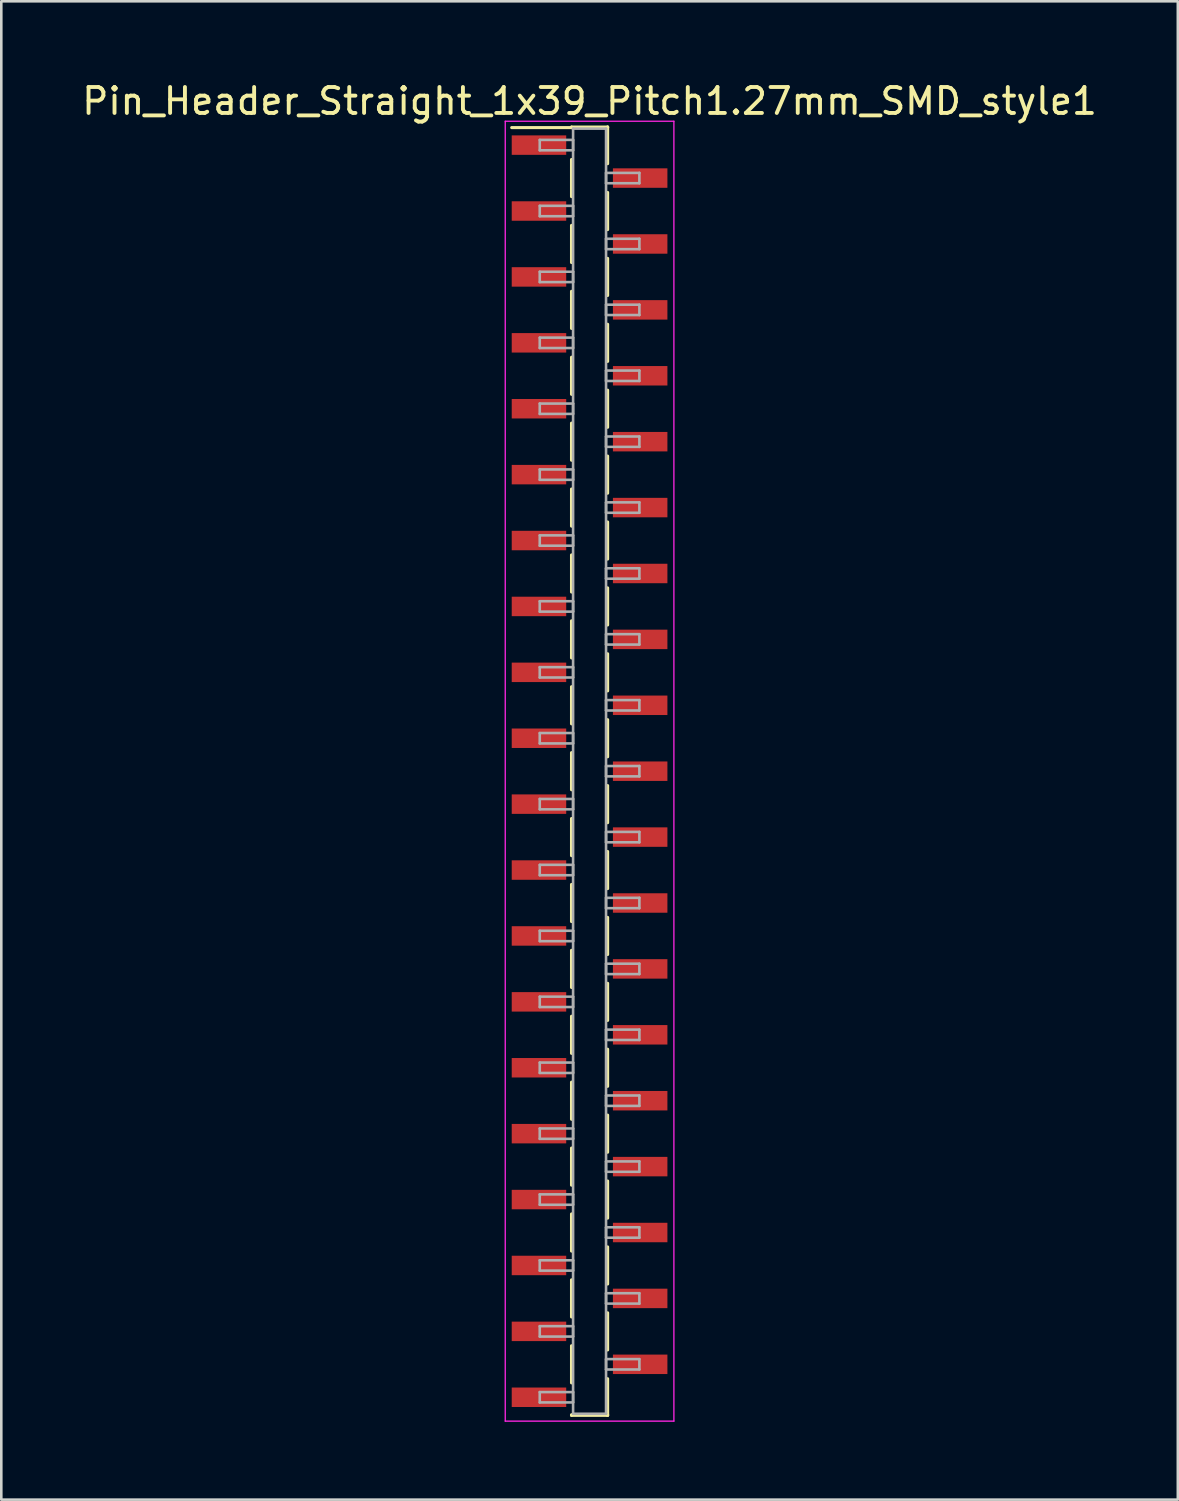
<source format=kicad_pcb>
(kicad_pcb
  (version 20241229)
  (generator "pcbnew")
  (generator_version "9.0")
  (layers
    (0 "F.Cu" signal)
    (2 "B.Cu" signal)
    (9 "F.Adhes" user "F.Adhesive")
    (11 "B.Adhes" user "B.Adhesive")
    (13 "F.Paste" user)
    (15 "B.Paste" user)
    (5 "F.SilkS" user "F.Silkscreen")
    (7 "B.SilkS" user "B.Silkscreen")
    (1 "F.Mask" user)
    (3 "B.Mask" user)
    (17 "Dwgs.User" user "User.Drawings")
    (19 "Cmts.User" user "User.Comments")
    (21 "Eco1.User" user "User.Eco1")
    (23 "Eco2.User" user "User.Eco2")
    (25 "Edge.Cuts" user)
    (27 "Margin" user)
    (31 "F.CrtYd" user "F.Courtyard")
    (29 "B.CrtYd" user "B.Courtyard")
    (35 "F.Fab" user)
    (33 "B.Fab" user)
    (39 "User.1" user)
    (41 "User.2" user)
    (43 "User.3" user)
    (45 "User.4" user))
  (footprint "Pin_Header_Straight_1x39_Pitch1.27mm_SMD_style1"
    (layer "F.Cu")
    (at 19.673 26.673)
    (property "Reference" "Pin_Header_Straight_1x39_Pitch1.27mm_SMD_style1" (at 0 -25.825 0) (layer "F.SilkS") (effects (font (size 1 1) (thickness 0.15))))
    (attr smd)
    (fp_line (start -0.695 -24.825) (end 0.695 -24.825) (stroke (width 0.12) (type solid)) (layer "F.SilkS"))
    (fp_line (start -0.695 -24.805) (end -3 -24.805) (stroke (width 0.12) (type solid)) (layer "F.SilkS"))
    (fp_line (start -0.695 -24.805) (end -0.695 -24.825) (stroke (width 0.12) (type solid)) (layer "F.SilkS"))
    (fp_line (start -0.695 -23.575) (end -0.695 -22.145) (stroke (width 0.12) (type solid)) (layer "F.SilkS"))
    (fp_line (start -0.695 -21.035) (end -0.695 -19.605) (stroke (width 0.12) (type solid)) (layer "F.SilkS"))
    (fp_line (start -0.695 -18.495) (end -0.695 -17.065) (stroke (width 0.12) (type solid)) (layer "F.SilkS"))
    (fp_line (start -0.695 -15.955) (end -0.695 -14.525) (stroke (width 0.12) (type solid)) (layer "F.SilkS"))
    (fp_line (start -0.695 -13.415) (end -0.695 -11.985) (stroke (width 0.12) (type solid)) (layer "F.SilkS"))
    (fp_line (start -0.695 -10.875) (end -0.695 -9.445) (stroke (width 0.12) (type solid)) (layer "F.SilkS"))
    (fp_line (start -0.695 -8.335) (end -0.695 -6.905) (stroke (width 0.12) (type solid)) (layer "F.SilkS"))
    (fp_line (start -0.695 -5.795) (end -0.695 -4.365) (stroke (width 0.12) (type solid)) (layer "F.SilkS"))
    (fp_line (start -0.695 -3.255) (end -0.695 -1.825) (stroke (width 0.12) (type solid)) (layer "F.SilkS"))
    (fp_line (start -0.695 -0.715) (end -0.695 0.715) (stroke (width 0.12) (type solid)) (layer "F.SilkS"))
    (fp_line (start -0.695 1.825) (end -0.695 3.255) (stroke (width 0.12) (type solid)) (layer "F.SilkS"))
    (fp_line (start -0.695 4.365) (end -0.695 5.795) (stroke (width 0.12) (type solid)) (layer "F.SilkS"))
    (fp_line (start -0.695 6.905) (end -0.695 8.335) (stroke (width 0.12) (type solid)) (layer "F.SilkS"))
    (fp_line (start -0.695 9.445) (end -0.695 10.875) (stroke (width 0.12) (type solid)) (layer "F.SilkS"))
    (fp_line (start -0.695 11.985) (end -0.695 13.415) (stroke (width 0.12) (type solid)) (layer "F.SilkS"))
    (fp_line (start -0.695 14.525) (end -0.695 15.955) (stroke (width 0.12) (type solid)) (layer "F.SilkS"))
    (fp_line (start -0.695 17.065) (end -0.695 18.495) (stroke (width 0.12) (type solid)) (layer "F.SilkS"))
    (fp_line (start -0.695 19.605) (end -0.695 21.035) (stroke (width 0.12) (type solid)) (layer "F.SilkS"))
    (fp_line (start -0.695 22.145) (end -0.695 23.575) (stroke (width 0.12) (type solid)) (layer "F.SilkS"))
    (fp_line (start -0.695 24.805) (end -0.695 24.825) (stroke (width 0.12) (type solid)) (layer "F.SilkS"))
    (fp_line (start -0.695 24.825) (end 0.695 24.825) (stroke (width 0.12) (type solid)) (layer "F.SilkS"))
    (fp_line (start 0.695 -24.825) (end 0.695 -24.805) (stroke (width 0.12) (type solid)) (layer "F.SilkS"))
    (fp_line (start 0.695 -24.825) (end 0.695 -23.415) (stroke (width 0.12) (type solid)) (layer "F.SilkS"))
    (fp_line (start 0.695 -22.305) (end 0.695 -20.875) (stroke (width 0.12) (type solid)) (layer "F.SilkS"))
    (fp_line (start 0.695 -19.765) (end 0.695 -18.335) (stroke (width 0.12) (type solid)) (layer "F.SilkS"))
    (fp_line (start 0.695 -17.225) (end 0.695 -15.795) (stroke (width 0.12) (type solid)) (layer "F.SilkS"))
    (fp_line (start 0.695 -14.685) (end 0.695 -13.255) (stroke (width 0.12) (type solid)) (layer "F.SilkS"))
    (fp_line (start 0.695 -12.145) (end 0.695 -10.715) (stroke (width 0.12) (type solid)) (layer "F.SilkS"))
    (fp_line (start 0.695 -9.605) (end 0.695 -8.175) (stroke (width 0.12) (type solid)) (layer "F.SilkS"))
    (fp_line (start 0.695 -7.065) (end 0.695 -5.635) (stroke (width 0.12) (type solid)) (layer "F.SilkS"))
    (fp_line (start 0.695 -4.525) (end 0.695 -3.095) (stroke (width 0.12) (type solid)) (layer "F.SilkS"))
    (fp_line (start 0.695 -1.985) (end 0.695 -0.555) (stroke (width 0.12) (type solid)) (layer "F.SilkS"))
    (fp_line (start 0.695 0.555) (end 0.695 1.985) (stroke (width 0.12) (type solid)) (layer "F.SilkS"))
    (fp_line (start 0.695 3.095) (end 0.695 4.525) (stroke (width 0.12) (type solid)) (layer "F.SilkS"))
    (fp_line (start 0.695 5.635) (end 0.695 7.065) (stroke (width 0.12) (type solid)) (layer "F.SilkS"))
    (fp_line (start 0.695 8.175) (end 0.695 9.605) (stroke (width 0.12) (type solid)) (layer "F.SilkS"))
    (fp_line (start 0.695 10.715) (end 0.695 12.145) (stroke (width 0.12) (type solid)) (layer "F.SilkS"))
    (fp_line (start 0.695 13.255) (end 0.695 14.685) (stroke (width 0.12) (type solid)) (layer "F.SilkS"))
    (fp_line (start 0.695 15.795) (end 0.695 17.225) (stroke (width 0.12) (type solid)) (layer "F.SilkS"))
    (fp_line (start 0.695 18.335) (end 0.695 19.765) (stroke (width 0.12) (type solid)) (layer "F.SilkS"))
    (fp_line (start 0.695 20.875) (end 0.695 22.305) (stroke (width 0.12) (type solid)) (layer "F.SilkS"))
    (fp_line (start 0.695 23.415) (end 0.695 24.825) (stroke (width 0.12) (type solid)) (layer "F.SilkS"))
    (fp_line (start 0.695 24.825) (end 0.695 24.805) (stroke (width 0.12) (type solid)) (layer "F.SilkS"))
    (fp_line (start -3.25 -25.05) (end -3.25 25.05) (stroke (width 0.05) (type solid)) (layer "F.CrtYd"))
    (fp_line (start -3.25 25.05) (end 3.25 25.05) (stroke (width 0.05) (type solid)) (layer "F.CrtYd"))
    (fp_line (start 3.25 -25.05) (end -3.25 -25.05) (stroke (width 0.05) (type solid)) (layer "F.CrtYd"))
    (fp_line (start 3.25 25.05) (end 3.25 -25.05) (stroke (width 0.05) (type solid)) (layer "F.CrtYd"))
    (fp_line (start -1.92 -24.33) (end -0.635 -24.33) (stroke (width 0.1) (type solid)) (layer "F.Fab"))
    (fp_line (start -1.92 -23.93) (end -1.92 -24.33) (stroke (width 0.1) (type solid)) (layer "F.Fab"))
    (fp_line (start -1.92 -21.79) (end -0.635 -21.79) (stroke (width 0.1) (type solid)) (layer "F.Fab"))
    (fp_line (start -1.92 -21.39) (end -1.92 -21.79) (stroke (width 0.1) (type solid)) (layer "F.Fab"))
    (fp_line (start -1.92 -19.25) (end -0.635 -19.25) (stroke (width 0.1) (type solid)) (layer "F.Fab"))
    (fp_line (start -1.92 -18.85) (end -1.92 -19.25) (stroke (width 0.1) (type solid)) (layer "F.Fab"))
    (fp_line (start -1.92 -16.71) (end -0.635 -16.71) (stroke (width 0.1) (type solid)) (layer "F.Fab"))
    (fp_line (start -1.92 -16.31) (end -1.92 -16.71) (stroke (width 0.1) (type solid)) (layer "F.Fab"))
    (fp_line (start -1.92 -14.17) (end -0.635 -14.17) (stroke (width 0.1) (type solid)) (layer "F.Fab"))
    (fp_line (start -1.92 -13.77) (end -1.92 -14.17) (stroke (width 0.1) (type solid)) (layer "F.Fab"))
    (fp_line (start -1.92 -11.63) (end -0.635 -11.63) (stroke (width 0.1) (type solid)) (layer "F.Fab"))
    (fp_line (start -1.92 -11.23) (end -1.92 -11.63) (stroke (width 0.1) (type solid)) (layer "F.Fab"))
    (fp_line (start -1.92 -9.09) (end -0.635 -9.09) (stroke (width 0.1) (type solid)) (layer "F.Fab"))
    (fp_line (start -1.92 -8.69) (end -1.92 -9.09) (stroke (width 0.1) (type solid)) (layer "F.Fab"))
    (fp_line (start -1.92 -6.55) (end -0.635 -6.55) (stroke (width 0.1) (type solid)) (layer "F.Fab"))
    (fp_line (start -1.92 -6.15) (end -1.92 -6.55) (stroke (width 0.1) (type solid)) (layer "F.Fab"))
    (fp_line (start -1.92 -4.01) (end -0.635 -4.01) (stroke (width 0.1) (type solid)) (layer "F.Fab"))
    (fp_line (start -1.92 -3.61) (end -1.92 -4.01) (stroke (width 0.1) (type solid)) (layer "F.Fab"))
    (fp_line (start -1.92 -1.47) (end -0.635 -1.47) (stroke (width 0.1) (type solid)) (layer "F.Fab"))
    (fp_line (start -1.92 -1.07) (end -1.92 -1.47) (stroke (width 0.1) (type solid)) (layer "F.Fab"))
    (fp_line (start -1.92 1.07) (end -0.635 1.07) (stroke (width 0.1) (type solid)) (layer "F.Fab"))
    (fp_line (start -1.92 1.47) (end -1.92 1.07) (stroke (width 0.1) (type solid)) (layer "F.Fab"))
    (fp_line (start -1.92 3.61) (end -0.635 3.61) (stroke (width 0.1) (type solid)) (layer "F.Fab"))
    (fp_line (start -1.92 4.01) (end -1.92 3.61) (stroke (width 0.1) (type solid)) (layer "F.Fab"))
    (fp_line (start -1.92 6.15) (end -0.635 6.15) (stroke (width 0.1) (type solid)) (layer "F.Fab"))
    (fp_line (start -1.92 6.55) (end -1.92 6.15) (stroke (width 0.1) (type solid)) (layer "F.Fab"))
    (fp_line (start -1.92 8.69) (end -0.635 8.69) (stroke (width 0.1) (type solid)) (layer "F.Fab"))
    (fp_line (start -1.92 9.09) (end -1.92 8.69) (stroke (width 0.1) (type solid)) (layer "F.Fab"))
    (fp_line (start -1.92 11.23) (end -0.635 11.23) (stroke (width 0.1) (type solid)) (layer "F.Fab"))
    (fp_line (start -1.92 11.63) (end -1.92 11.23) (stroke (width 0.1) (type solid)) (layer "F.Fab"))
    (fp_line (start -1.92 13.77) (end -0.635 13.77) (stroke (width 0.1) (type solid)) (layer "F.Fab"))
    (fp_line (start -1.92 14.17) (end -1.92 13.77) (stroke (width 0.1) (type solid)) (layer "F.Fab"))
    (fp_line (start -1.92 16.31) (end -0.635 16.31) (stroke (width 0.1) (type solid)) (layer "F.Fab"))
    (fp_line (start -1.92 16.71) (end -1.92 16.31) (stroke (width 0.1) (type solid)) (layer "F.Fab"))
    (fp_line (start -1.92 18.85) (end -0.635 18.85) (stroke (width 0.1) (type solid)) (layer "F.Fab"))
    (fp_line (start -1.92 19.25) (end -1.92 18.85) (stroke (width 0.1) (type solid)) (layer "F.Fab"))
    (fp_line (start -1.92 21.39) (end -0.635 21.39) (stroke (width 0.1) (type solid)) (layer "F.Fab"))
    (fp_line (start -1.92 21.79) (end -1.92 21.39) (stroke (width 0.1) (type solid)) (layer "F.Fab"))
    (fp_line (start -1.92 23.93) (end -0.635 23.93) (stroke (width 0.1) (type solid)) (layer "F.Fab"))
    (fp_line (start -1.92 24.33) (end -1.92 23.93) (stroke (width 0.1) (type solid)) (layer "F.Fab"))
    (fp_line (start -0.635 -24.765) (end -0.635 24.765) (stroke (width 0.1) (type solid)) (layer "F.Fab"))
    (fp_line (start -0.635 -24.33) (end -0.635 -23.93) (stroke (width 0.1) (type solid)) (layer "F.Fab"))
    (fp_line (start -0.635 -23.93) (end -1.92 -23.93) (stroke (width 0.1) (type solid)) (layer "F.Fab"))
    (fp_line (start -0.635 -21.79) (end -0.635 -21.39) (stroke (width 0.1) (type solid)) (layer "F.Fab"))
    (fp_line (start -0.635 -21.39) (end -1.92 -21.39) (stroke (width 0.1) (type solid)) (layer "F.Fab"))
    (fp_line (start -0.635 -19.25) (end -0.635 -18.85) (stroke (width 0.1) (type solid)) (layer "F.Fab"))
    (fp_line (start -0.635 -18.85) (end -1.92 -18.85) (stroke (width 0.1) (type solid)) (layer "F.Fab"))
    (fp_line (start -0.635 -16.71) (end -0.635 -16.31) (stroke (width 0.1) (type solid)) (layer "F.Fab"))
    (fp_line (start -0.635 -16.31) (end -1.92 -16.31) (stroke (width 0.1) (type solid)) (layer "F.Fab"))
    (fp_line (start -0.635 -14.17) (end -0.635 -13.77) (stroke (width 0.1) (type solid)) (layer "F.Fab"))
    (fp_line (start -0.635 -13.77) (end -1.92 -13.77) (stroke (width 0.1) (type solid)) (layer "F.Fab"))
    (fp_line (start -0.635 -11.63) (end -0.635 -11.23) (stroke (width 0.1) (type solid)) (layer "F.Fab"))
    (fp_line (start -0.635 -11.23) (end -1.92 -11.23) (stroke (width 0.1) (type solid)) (layer "F.Fab"))
    (fp_line (start -0.635 -9.09) (end -0.635 -8.69) (stroke (width 0.1) (type solid)) (layer "F.Fab"))
    (fp_line (start -0.635 -8.69) (end -1.92 -8.69) (stroke (width 0.1) (type solid)) (layer "F.Fab"))
    (fp_line (start -0.635 -6.55) (end -0.635 -6.15) (stroke (width 0.1) (type solid)) (layer "F.Fab"))
    (fp_line (start -0.635 -6.15) (end -1.92 -6.15) (stroke (width 0.1) (type solid)) (layer "F.Fab"))
    (fp_line (start -0.635 -4.01) (end -0.635 -3.61) (stroke (width 0.1) (type solid)) (layer "F.Fab"))
    (fp_line (start -0.635 -3.61) (end -1.92 -3.61) (stroke (width 0.1) (type solid)) (layer "F.Fab"))
    (fp_line (start -0.635 -1.47) (end -0.635 -1.07) (stroke (width 0.1) (type solid)) (layer "F.Fab"))
    (fp_line (start -0.635 -1.07) (end -1.92 -1.07) (stroke (width 0.1) (type solid)) (layer "F.Fab"))
    (fp_line (start -0.635 1.07) (end -0.635 1.47) (stroke (width 0.1) (type solid)) (layer "F.Fab"))
    (fp_line (start -0.635 1.47) (end -1.92 1.47) (stroke (width 0.1) (type solid)) (layer "F.Fab"))
    (fp_line (start -0.635 3.61) (end -0.635 4.01) (stroke (width 0.1) (type solid)) (layer "F.Fab"))
    (fp_line (start -0.635 4.01) (end -1.92 4.01) (stroke (width 0.1) (type solid)) (layer "F.Fab"))
    (fp_line (start -0.635 6.15) (end -0.635 6.55) (stroke (width 0.1) (type solid)) (layer "F.Fab"))
    (fp_line (start -0.635 6.55) (end -1.92 6.55) (stroke (width 0.1) (type solid)) (layer "F.Fab"))
    (fp_line (start -0.635 8.69) (end -0.635 9.09) (stroke (width 0.1) (type solid)) (layer "F.Fab"))
    (fp_line (start -0.635 9.09) (end -1.92 9.09) (stroke (width 0.1) (type solid)) (layer "F.Fab"))
    (fp_line (start -0.635 11.23) (end -0.635 11.63) (stroke (width 0.1) (type solid)) (layer "F.Fab"))
    (fp_line (start -0.635 11.63) (end -1.92 11.63) (stroke (width 0.1) (type solid)) (layer "F.Fab"))
    (fp_line (start -0.635 13.77) (end -0.635 14.17) (stroke (width 0.1) (type solid)) (layer "F.Fab"))
    (fp_line (start -0.635 14.17) (end -1.92 14.17) (stroke (width 0.1) (type solid)) (layer "F.Fab"))
    (fp_line (start -0.635 16.31) (end -0.635 16.71) (stroke (width 0.1) (type solid)) (layer "F.Fab"))
    (fp_line (start -0.635 16.71) (end -1.92 16.71) (stroke (width 0.1) (type solid)) (layer "F.Fab"))
    (fp_line (start -0.635 18.85) (end -0.635 19.25) (stroke (width 0.1) (type solid)) (layer "F.Fab"))
    (fp_line (start -0.635 19.25) (end -1.92 19.25) (stroke (width 0.1) (type solid)) (layer "F.Fab"))
    (fp_line (start -0.635 21.39) (end -0.635 21.79) (stroke (width 0.1) (type solid)) (layer "F.Fab"))
    (fp_line (start -0.635 21.79) (end -1.92 21.79) (stroke (width 0.1) (type solid)) (layer "F.Fab"))
    (fp_line (start -0.635 23.93) (end -0.635 24.33) (stroke (width 0.1) (type solid)) (layer "F.Fab"))
    (fp_line (start -0.635 24.33) (end -1.92 24.33) (stroke (width 0.1) (type solid)) (layer "F.Fab"))
    (fp_line (start -0.635 24.765) (end 0.635 24.765) (stroke (width 0.1) (type solid)) (layer "F.Fab"))
    (fp_line (start 0.635 -24.765) (end -0.635 -24.765) (stroke (width 0.1) (type solid)) (layer "F.Fab"))
    (fp_line (start 0.635 -23.06) (end 0.635 -22.66) (stroke (width 0.1) (type solid)) (layer "F.Fab"))
    (fp_line (start 0.635 -22.66) (end 1.92 -22.66) (stroke (width 0.1) (type solid)) (layer "F.Fab"))
    (fp_line (start 0.635 -20.52) (end 0.635 -20.12) (stroke (width 0.1) (type solid)) (layer "F.Fab"))
    (fp_line (start 0.635 -20.12) (end 1.92 -20.12) (stroke (width 0.1) (type solid)) (layer "F.Fab"))
    (fp_line (start 0.635 -17.98) (end 0.635 -17.58) (stroke (width 0.1) (type solid)) (layer "F.Fab"))
    (fp_line (start 0.635 -17.58) (end 1.92 -17.58) (stroke (width 0.1) (type solid)) (layer "F.Fab"))
    (fp_line (start 0.635 -15.44) (end 0.635 -15.04) (stroke (width 0.1) (type solid)) (layer "F.Fab"))
    (fp_line (start 0.635 -15.04) (end 1.92 -15.04) (stroke (width 0.1) (type solid)) (layer "F.Fab"))
    (fp_line (start 0.635 -12.9) (end 0.635 -12.5) (stroke (width 0.1) (type solid)) (layer "F.Fab"))
    (fp_line (start 0.635 -12.5) (end 1.92 -12.5) (stroke (width 0.1) (type solid)) (layer "F.Fab"))
    (fp_line (start 0.635 -10.36) (end 0.635 -9.96) (stroke (width 0.1) (type solid)) (layer "F.Fab"))
    (fp_line (start 0.635 -9.96) (end 1.92 -9.96) (stroke (width 0.1) (type solid)) (layer "F.Fab"))
    (fp_line (start 0.635 -7.82) (end 0.635 -7.42) (stroke (width 0.1) (type solid)) (layer "F.Fab"))
    (fp_line (start 0.635 -7.42) (end 1.92 -7.42) (stroke (width 0.1) (type solid)) (layer "F.Fab"))
    (fp_line (start 0.635 -5.28) (end 0.635 -4.88) (stroke (width 0.1) (type solid)) (layer "F.Fab"))
    (fp_line (start 0.635 -4.88) (end 1.92 -4.88) (stroke (width 0.1) (type solid)) (layer "F.Fab"))
    (fp_line (start 0.635 -2.74) (end 0.635 -2.34) (stroke (width 0.1) (type solid)) (layer "F.Fab"))
    (fp_line (start 0.635 -2.34) (end 1.92 -2.34) (stroke (width 0.1) (type solid)) (layer "F.Fab"))
    (fp_line (start 0.635 -0.2) (end 0.635 0.2) (stroke (width 0.1) (type solid)) (layer "F.Fab"))
    (fp_line (start 0.635 0.2) (end 1.92 0.2) (stroke (width 0.1) (type solid)) (layer "F.Fab"))
    (fp_line (start 0.635 2.34) (end 0.635 2.74) (stroke (width 0.1) (type solid)) (layer "F.Fab"))
    (fp_line (start 0.635 2.74) (end 1.92 2.74) (stroke (width 0.1) (type solid)) (layer "F.Fab"))
    (fp_line (start 0.635 4.88) (end 0.635 5.28) (stroke (width 0.1) (type solid)) (layer "F.Fab"))
    (fp_line (start 0.635 5.28) (end 1.92 5.28) (stroke (width 0.1) (type solid)) (layer "F.Fab"))
    (fp_line (start 0.635 7.42) (end 0.635 7.82) (stroke (width 0.1) (type solid)) (layer "F.Fab"))
    (fp_line (start 0.635 7.82) (end 1.92 7.82) (stroke (width 0.1) (type solid)) (layer "F.Fab"))
    (fp_line (start 0.635 9.96) (end 0.635 10.36) (stroke (width 0.1) (type solid)) (layer "F.Fab"))
    (fp_line (start 0.635 10.36) (end 1.92 10.36) (stroke (width 0.1) (type solid)) (layer "F.Fab"))
    (fp_line (start 0.635 12.5) (end 0.635 12.9) (stroke (width 0.1) (type solid)) (layer "F.Fab"))
    (fp_line (start 0.635 12.9) (end 1.92 12.9) (stroke (width 0.1) (type solid)) (layer "F.Fab"))
    (fp_line (start 0.635 15.04) (end 0.635 15.44) (stroke (width 0.1) (type solid)) (layer "F.Fab"))
    (fp_line (start 0.635 15.44) (end 1.92 15.44) (stroke (width 0.1) (type solid)) (layer "F.Fab"))
    (fp_line (start 0.635 17.58) (end 0.635 17.98) (stroke (width 0.1) (type solid)) (layer "F.Fab"))
    (fp_line (start 0.635 17.98) (end 1.92 17.98) (stroke (width 0.1) (type solid)) (layer "F.Fab"))
    (fp_line (start 0.635 20.12) (end 0.635 20.52) (stroke (width 0.1) (type solid)) (layer "F.Fab"))
    (fp_line (start 0.635 20.52) (end 1.92 20.52) (stroke (width 0.1) (type solid)) (layer "F.Fab"))
    (fp_line (start 0.635 22.66) (end 0.635 23.06) (stroke (width 0.1) (type solid)) (layer "F.Fab"))
    (fp_line (start 0.635 23.06) (end 1.92 23.06) (stroke (width 0.1) (type solid)) (layer "F.Fab"))
    (fp_line (start 0.635 24.765) (end 0.635 -24.765) (stroke (width 0.1) (type solid)) (layer "F.Fab"))
    (fp_line (start 1.92 -23.06) (end 0.635 -23.06) (stroke (width 0.1) (type solid)) (layer "F.Fab"))
    (fp_line (start 1.92 -22.66) (end 1.92 -23.06) (stroke (width 0.1) (type solid)) (layer "F.Fab"))
    (fp_line (start 1.92 -20.52) (end 0.635 -20.52) (stroke (width 0.1) (type solid)) (layer "F.Fab"))
    (fp_line (start 1.92 -20.12) (end 1.92 -20.52) (stroke (width 0.1) (type solid)) (layer "F.Fab"))
    (fp_line (start 1.92 -17.98) (end 0.635 -17.98) (stroke (width 0.1) (type solid)) (layer "F.Fab"))
    (fp_line (start 1.92 -17.58) (end 1.92 -17.98) (stroke (width 0.1) (type solid)) (layer "F.Fab"))
    (fp_line (start 1.92 -15.44) (end 0.635 -15.44) (stroke (width 0.1) (type solid)) (layer "F.Fab"))
    (fp_line (start 1.92 -15.04) (end 1.92 -15.44) (stroke (width 0.1) (type solid)) (layer "F.Fab"))
    (fp_line (start 1.92 -12.9) (end 0.635 -12.9) (stroke (width 0.1) (type solid)) (layer "F.Fab"))
    (fp_line (start 1.92 -12.5) (end 1.92 -12.9) (stroke (width 0.1) (type solid)) (layer "F.Fab"))
    (fp_line (start 1.92 -10.36) (end 0.635 -10.36) (stroke (width 0.1) (type solid)) (layer "F.Fab"))
    (fp_line (start 1.92 -9.96) (end 1.92 -10.36) (stroke (width 0.1) (type solid)) (layer "F.Fab"))
    (fp_line (start 1.92 -7.82) (end 0.635 -7.82) (stroke (width 0.1) (type solid)) (layer "F.Fab"))
    (fp_line (start 1.92 -7.42) (end 1.92 -7.82) (stroke (width 0.1) (type solid)) (layer "F.Fab"))
    (fp_line (start 1.92 -5.28) (end 0.635 -5.28) (stroke (width 0.1) (type solid)) (layer "F.Fab"))
    (fp_line (start 1.92 -4.88) (end 1.92 -5.28) (stroke (width 0.1) (type solid)) (layer "F.Fab"))
    (fp_line (start 1.92 -2.74) (end 0.635 -2.74) (stroke (width 0.1) (type solid)) (layer "F.Fab"))
    (fp_line (start 1.92 -2.34) (end 1.92 -2.74) (stroke (width 0.1) (type solid)) (layer "F.Fab"))
    (fp_line (start 1.92 -0.2) (end 0.635 -0.2) (stroke (width 0.1) (type solid)) (layer "F.Fab"))
    (fp_line (start 1.92 0.2) (end 1.92 -0.2) (stroke (width 0.1) (type solid)) (layer "F.Fab"))
    (fp_line (start 1.92 2.34) (end 0.635 2.34) (stroke (width 0.1) (type solid)) (layer "F.Fab"))
    (fp_line (start 1.92 2.74) (end 1.92 2.34) (stroke (width 0.1) (type solid)) (layer "F.Fab"))
    (fp_line (start 1.92 4.88) (end 0.635 4.88) (stroke (width 0.1) (type solid)) (layer "F.Fab"))
    (fp_line (start 1.92 5.28) (end 1.92 4.88) (stroke (width 0.1) (type solid)) (layer "F.Fab"))
    (fp_line (start 1.92 7.42) (end 0.635 7.42) (stroke (width 0.1) (type solid)) (layer "F.Fab"))
    (fp_line (start 1.92 7.82) (end 1.92 7.42) (stroke (width 0.1) (type solid)) (layer "F.Fab"))
    (fp_line (start 1.92 9.96) (end 0.635 9.96) (stroke (width 0.1) (type solid)) (layer "F.Fab"))
    (fp_line (start 1.92 10.36) (end 1.92 9.96) (stroke (width 0.1) (type solid)) (layer "F.Fab"))
    (fp_line (start 1.92 12.5) (end 0.635 12.5) (stroke (width 0.1) (type solid)) (layer "F.Fab"))
    (fp_line (start 1.92 12.9) (end 1.92 12.5) (stroke (width 0.1) (type solid)) (layer "F.Fab"))
    (fp_line (start 1.92 15.04) (end 0.635 15.04) (stroke (width 0.1) (type solid)) (layer "F.Fab"))
    (fp_line (start 1.92 15.44) (end 1.92 15.04) (stroke (width 0.1) (type solid)) (layer "F.Fab"))
    (fp_line (start 1.92 17.58) (end 0.635 17.58) (stroke (width 0.1) (type solid)) (layer "F.Fab"))
    (fp_line (start 1.92 17.98) (end 1.92 17.58) (stroke (width 0.1) (type solid)) (layer "F.Fab"))
    (fp_line (start 1.92 20.12) (end 0.635 20.12) (stroke (width 0.1) (type solid)) (layer "F.Fab"))
    (fp_line (start 1.92 20.52) (end 1.92 20.12) (stroke (width 0.1) (type solid)) (layer "F.Fab"))
    (fp_line (start 1.92 22.66) (end 0.635 22.66) (stroke (width 0.1) (type solid)) (layer "F.Fab"))
    (fp_line (start 1.92 23.06) (end 1.92 22.66) (stroke (width 0.1) (type solid)) (layer "F.Fab"))
    (pad "1" smd rect (at -1.95 -24.13) (size 2.1 0.75) (layers "F.Cu" "F.Mask"))
    (pad "2" smd rect (at 1.95 -22.86) (size 2.1 0.75) (layers "F.Cu" "F.Mask"))
    (pad "3" smd rect (at -1.95 -21.59) (size 2.1 0.75) (layers "F.Cu" "F.Mask"))
    (pad "4" smd rect (at 1.95 -20.32) (size 2.1 0.75) (layers "F.Cu" "F.Mask"))
    (pad "5" smd rect (at -1.95 -19.05) (size 2.1 0.75) (layers "F.Cu" "F.Mask"))
    (pad "6" smd rect (at 1.95 -17.78) (size 2.1 0.75) (layers "F.Cu" "F.Mask"))
    (pad "7" smd rect (at -1.95 -16.51) (size 2.1 0.75) (layers "F.Cu" "F.Mask"))
    (pad "8" smd rect (at 1.95 -15.24) (size 2.1 0.75) (layers "F.Cu" "F.Mask"))
    (pad "9" smd rect (at -1.95 -13.97) (size 2.1 0.75) (layers "F.Cu" "F.Mask"))
    (pad "10" smd rect (at 1.95 -12.7) (size 2.1 0.75) (layers "F.Cu" "F.Mask"))
    (pad "11" smd rect (at -1.95 -11.43) (size 2.1 0.75) (layers "F.Cu" "F.Mask"))
    (pad "12" smd rect (at 1.95 -10.16) (size 2.1 0.75) (layers "F.Cu" "F.Mask"))
    (pad "13" smd rect (at -1.95 -8.89) (size 2.1 0.75) (layers "F.Cu" "F.Mask"))
    (pad "14" smd rect (at 1.95 -7.62) (size 2.1 0.75) (layers "F.Cu" "F.Mask"))
    (pad "15" smd rect (at -1.95 -6.35) (size 2.1 0.75) (layers "F.Cu" "F.Mask"))
    (pad "16" smd rect (at 1.95 -5.08) (size 2.1 0.75) (layers "F.Cu" "F.Mask"))
    (pad "17" smd rect (at -1.95 -3.81) (size 2.1 0.75) (layers "F.Cu" "F.Mask"))
    (pad "18" smd rect (at 1.95 -2.54) (size 2.1 0.75) (layers "F.Cu" "F.Mask"))
    (pad "19" smd rect (at -1.95 -1.27) (size 2.1 0.75) (layers "F.Cu" "F.Mask"))
    (pad "20" smd rect (at 1.95 0) (size 2.1 0.75) (layers "F.Cu" "F.Mask"))
    (pad "21" smd rect (at -1.95 1.27) (size 2.1 0.75) (layers "F.Cu" "F.Mask"))
    (pad "22" smd rect (at 1.95 2.54) (size 2.1 0.75) (layers "F.Cu" "F.Mask"))
    (pad "23" smd rect (at -1.95 3.81) (size 2.1 0.75) (layers "F.Cu" "F.Mask"))
    (pad "24" smd rect (at 1.95 5.08) (size 2.1 0.75) (layers "F.Cu" "F.Mask"))
    (pad "25" smd rect (at -1.95 6.35) (size 2.1 0.75) (layers "F.Cu" "F.Mask"))
    (pad "26" smd rect (at 1.95 7.62) (size 2.1 0.75) (layers "F.Cu" "F.Mask"))
    (pad "27" smd rect (at -1.95 8.89) (size 2.1 0.75) (layers "F.Cu" "F.Mask"))
    (pad "28" smd rect (at 1.95 10.16) (size 2.1 0.75) (layers "F.Cu" "F.Mask"))
    (pad "29" smd rect (at -1.95 11.43) (size 2.1 0.75) (layers "F.Cu" "F.Mask"))
    (pad "30" smd rect (at 1.95 12.7) (size 2.1 0.75) (layers "F.Cu" "F.Mask"))
    (pad "31" smd rect (at -1.95 13.97) (size 2.1 0.75) (layers "F.Cu" "F.Mask"))
    (pad "32" smd rect (at 1.95 15.24) (size 2.1 0.75) (layers "F.Cu" "F.Mask"))
    (pad "33" smd rect (at -1.95 16.51) (size 2.1 0.75) (layers "F.Cu" "F.Mask"))
    (pad "34" smd rect (at 1.95 17.78) (size 2.1 0.75) (layers "F.Cu" "F.Mask"))
    (pad "35" smd rect (at -1.95 19.05) (size 2.1 0.75) (layers "F.Cu" "F.Mask"))
    (pad "36" smd rect (at 1.95 20.32) (size 2.1 0.75) (layers "F.Cu" "F.Mask"))
    (pad "37" smd rect (at -1.95 21.59) (size 2.1 0.75) (layers "F.Cu" "F.Mask"))
    (pad "38" smd rect (at 1.95 22.86) (size 2.1 0.75) (layers "F.Cu" "F.Mask"))
    (pad "39" smd rect (at -1.95 24.13) (size 2.1 0.75) (layers "F.Cu" "F.Mask")))
  (gr_rect
    (start -3 -3)
    (end 42.345 54.748)
    (stroke (width 0.1) (type default))
    (fill no)
    (layer "Edge.Cuts")))
</source>
